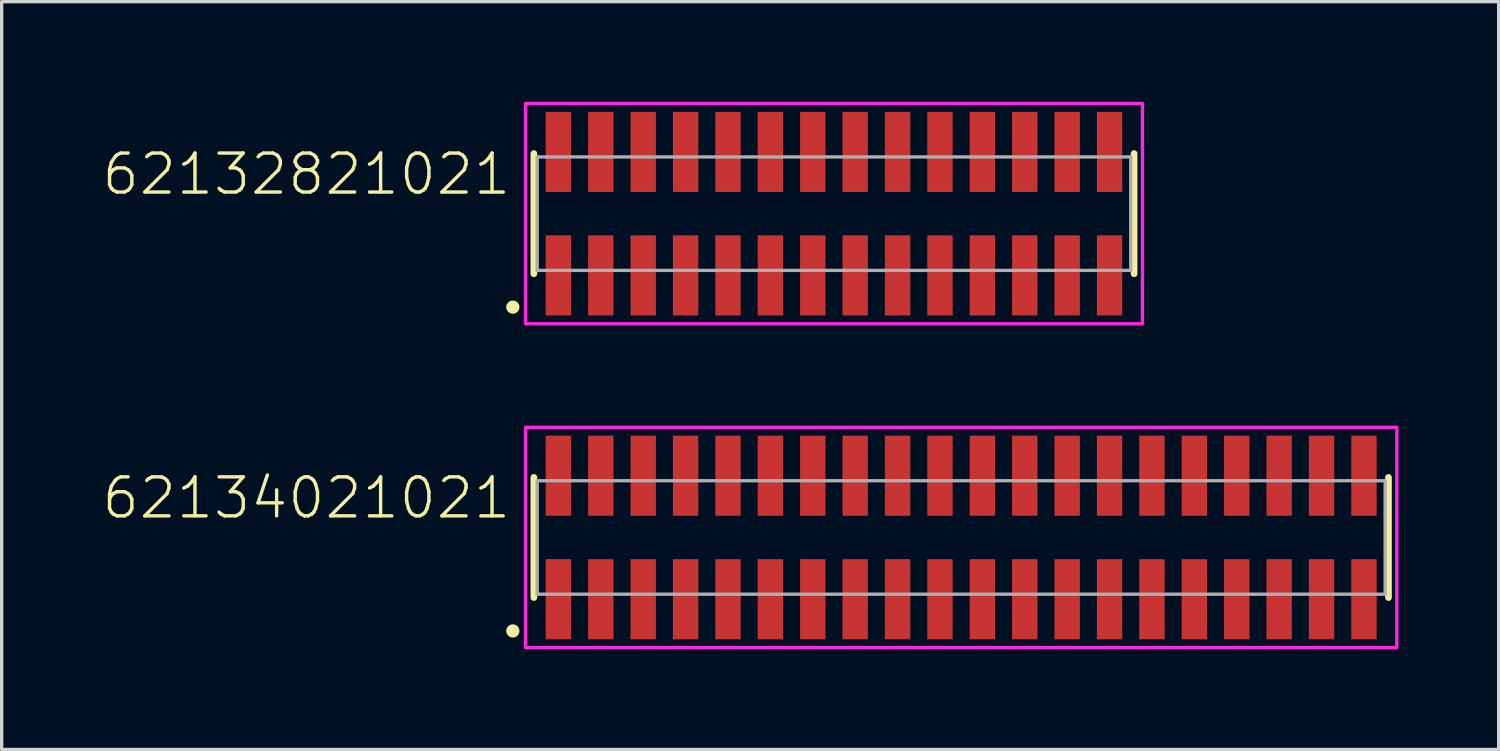
<source format=kicad_pcb>
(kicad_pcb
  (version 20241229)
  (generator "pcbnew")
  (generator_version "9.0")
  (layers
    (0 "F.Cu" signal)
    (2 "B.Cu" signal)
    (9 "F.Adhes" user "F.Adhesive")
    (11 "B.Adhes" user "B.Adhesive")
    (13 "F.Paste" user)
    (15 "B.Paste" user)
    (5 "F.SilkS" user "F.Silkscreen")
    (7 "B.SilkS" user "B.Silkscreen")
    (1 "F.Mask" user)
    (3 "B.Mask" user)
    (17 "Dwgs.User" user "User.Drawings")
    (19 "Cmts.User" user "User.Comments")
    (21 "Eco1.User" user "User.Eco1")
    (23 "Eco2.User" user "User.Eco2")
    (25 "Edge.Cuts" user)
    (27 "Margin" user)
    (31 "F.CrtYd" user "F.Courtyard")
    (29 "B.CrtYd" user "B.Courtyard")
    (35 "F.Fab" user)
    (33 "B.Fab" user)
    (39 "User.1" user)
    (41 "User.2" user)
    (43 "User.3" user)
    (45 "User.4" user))
  (footprint "62132821021"
    (layer "F.Cu")
    (at 21.932 3.35)
    (property "Reference" "62132821021" (at -9.62 -0.5 0) (unlocked yes) (layer "F.SilkS") (effects (font (size 1.168 1.168) (thickness 0.102)) (justify right bottom)))
    (fp_line (start -8.99 -1.8) (end -8.99 1.8) (stroke (width 0.2) (type solid)) (layer "F.SilkS"))
    (fp_line (start 8.99 1.8) (end 8.99 -1.8) (stroke (width 0.2) (type solid)) (layer "F.SilkS"))
    (fp_circle (center -9.62 2.8) (end -9.52 2.8) (stroke (width 0.2) (type solid)) (fill no) (layer "F.SilkS"))
    (fp_poly (pts (xy 9.24 3.3) (xy -9.24 3.3) (xy -9.24 -3.3) (xy 9.24 -3.3)) (stroke (width 0.1) (type default)) (fill no) (layer "F.CrtYd"))
    (fp_line (start -8.89 -1.7) (end -8.89 1.7) (stroke (width 0.1) (type solid)) (layer "F.Fab"))
    (fp_line (start -8.89 1.7) (end 8.89 1.7) (stroke (width 0.1) (type solid)) (layer "F.Fab"))
    (fp_line (start 8.89 -1.7) (end -8.89 -1.7) (stroke (width 0.1) (type solid)) (layer "F.Fab"))
    (fp_line (start 8.89 1.7) (end 8.89 -1.7) (stroke (width 0.1) (type solid)) (layer "F.Fab"))
    (pad "1" smd rect (at -8.255 1.85) (size 0.76 2.4) (layers "F.Cu" "F.Mask" "F.Paste"))
    (pad "2" smd rect (at -8.255 -1.85) (size 0.76 2.4) (layers "F.Cu" "F.Mask" "F.Paste"))
    (pad "3" smd rect (at -6.985 1.85) (size 0.76 2.4) (layers "F.Cu" "F.Mask" "F.Paste"))
    (pad "4" smd rect (at -6.985 -1.85) (size 0.76 2.4) (layers "F.Cu" "F.Mask" "F.Paste"))
    (pad "5" smd rect (at -5.715 1.85) (size 0.76 2.4) (layers "F.Cu" "F.Mask" "F.Paste"))
    (pad "6" smd rect (at -5.715 -1.85) (size 0.76 2.4) (layers "F.Cu" "F.Mask" "F.Paste"))
    (pad "7" smd rect (at -4.445 1.85) (size 0.76 2.4) (layers "F.Cu" "F.Mask" "F.Paste"))
    (pad "8" smd rect (at -4.445 -1.85) (size 0.76 2.4) (layers "F.Cu" "F.Mask" "F.Paste"))
    (pad "9" smd rect (at -3.175 1.85) (size 0.76 2.4) (layers "F.Cu" "F.Mask" "F.Paste"))
    (pad "10" smd rect (at -3.175 -1.85) (size 0.76 2.4) (layers "F.Cu" "F.Mask" "F.Paste"))
    (pad "11" smd rect (at -1.905 1.85) (size 0.76 2.4) (layers "F.Cu" "F.Mask" "F.Paste"))
    (pad "12" smd rect (at -1.905 -1.85) (size 0.76 2.4) (layers "F.Cu" "F.Mask" "F.Paste"))
    (pad "13" smd rect (at -0.635 1.85) (size 0.76 2.4) (layers "F.Cu" "F.Mask" "F.Paste"))
    (pad "14" smd rect (at -0.635 -1.85) (size 0.76 2.4) (layers "F.Cu" "F.Mask" "F.Paste"))
    (pad "15" smd rect (at 0.635 1.85) (size 0.76 2.4) (layers "F.Cu" "F.Mask" "F.Paste"))
    (pad "16" smd rect (at 0.635 -1.85) (size 0.76 2.4) (layers "F.Cu" "F.Mask" "F.Paste"))
    (pad "17" smd rect (at 1.905 1.85) (size 0.76 2.4) (layers "F.Cu" "F.Mask" "F.Paste"))
    (pad "18" smd rect (at 1.905 -1.85) (size 0.76 2.4) (layers "F.Cu" "F.Mask" "F.Paste"))
    (pad "19" smd rect (at 3.175 1.85) (size 0.76 2.4) (layers "F.Cu" "F.Mask" "F.Paste"))
    (pad "20" smd rect (at 3.175 -1.85) (size 0.76 2.4) (layers "F.Cu" "F.Mask" "F.Paste"))
    (pad "21" smd rect (at 4.445 1.85) (size 0.76 2.4) (layers "F.Cu" "F.Mask" "F.Paste"))
    (pad "22" smd rect (at 4.445 -1.85) (size 0.76 2.4) (layers "F.Cu" "F.Mask" "F.Paste"))
    (pad "23" smd rect (at 5.715 1.85) (size 0.76 2.4) (layers "F.Cu" "F.Mask" "F.Paste"))
    (pad "24" smd rect (at 5.715 -1.85) (size 0.76 2.4) (layers "F.Cu" "F.Mask" "F.Paste"))
    (pad "25" smd rect (at 6.985 1.85) (size 0.76 2.4) (layers "F.Cu" "F.Mask" "F.Paste"))
    (pad "26" smd rect (at 6.985 -1.85) (size 0.76 2.4) (layers "F.Cu" "F.Mask" "F.Paste"))
    (pad "27" smd rect (at 8.255 1.85) (size 0.76 2.4) (layers "F.Cu" "F.Mask" "F.Paste"))
    (pad "28" smd rect (at 8.255 -1.85) (size 0.76 2.4) (layers "F.Cu" "F.Mask" "F.Paste")))
  (footprint "62134021021"
    (layer "F.Cu")
    (at 25.742 13.05)
    (property "Reference" "62134021021" (at -13.43 -0.5 0) (unlocked yes) (layer "F.SilkS") (effects (font (size 1.168 1.168) (thickness 0.102)) (justify right bottom)))
    (fp_line (start -12.8 -1.8) (end -12.8 1.8) (stroke (width 0.2) (type solid)) (layer "F.SilkS"))
    (fp_line (start 12.8 1.8) (end 12.8 -1.8) (stroke (width 0.2) (type solid)) (layer "F.SilkS"))
    (fp_circle (center -13.43 2.8) (end -13.33 2.8) (stroke (width 0.2) (type solid)) (fill no) (layer "F.SilkS"))
    (fp_poly (pts (xy 13.05 3.3) (xy -13.05 3.3) (xy -13.05 -3.3) (xy 13.05 -3.3)) (stroke (width 0.1) (type default)) (fill no) (layer "F.CrtYd"))
    (fp_line (start -12.7 -1.7) (end -12.7 1.7) (stroke (width 0.1) (type solid)) (layer "F.Fab"))
    (fp_line (start -12.7 1.7) (end 12.7 1.7) (stroke (width 0.1) (type solid)) (layer "F.Fab"))
    (fp_line (start 12.7 -1.7) (end -12.7 -1.7) (stroke (width 0.1) (type solid)) (layer "F.Fab"))
    (fp_line (start 12.7 1.7) (end 12.7 -1.7) (stroke (width 0.1) (type solid)) (layer "F.Fab"))
    (pad "1" smd rect (at -12.065 1.85) (size 0.76 2.4) (layers "F.Cu" "F.Mask" "F.Paste"))
    (pad "2" smd rect (at -12.065 -1.85) (size 0.76 2.4) (layers "F.Cu" "F.Mask" "F.Paste"))
    (pad "3" smd rect (at -10.795 1.85) (size 0.76 2.4) (layers "F.Cu" "F.Mask" "F.Paste"))
    (pad "4" smd rect (at -10.795 -1.85) (size 0.76 2.4) (layers "F.Cu" "F.Mask" "F.Paste"))
    (pad "5" smd rect (at -9.525 1.85) (size 0.76 2.4) (layers "F.Cu" "F.Mask" "F.Paste"))
    (pad "6" smd rect (at -9.525 -1.85) (size 0.76 2.4) (layers "F.Cu" "F.Mask" "F.Paste"))
    (pad "7" smd rect (at -8.255 1.85) (size 0.76 2.4) (layers "F.Cu" "F.Mask" "F.Paste"))
    (pad "8" smd rect (at -8.255 -1.85) (size 0.76 2.4) (layers "F.Cu" "F.Mask" "F.Paste"))
    (pad "9" smd rect (at -6.985 1.85) (size 0.76 2.4) (layers "F.Cu" "F.Mask" "F.Paste"))
    (pad "10" smd rect (at -6.985 -1.85) (size 0.76 2.4) (layers "F.Cu" "F.Mask" "F.Paste"))
    (pad "11" smd rect (at -5.715 1.85) (size 0.76 2.4) (layers "F.Cu" "F.Mask" "F.Paste"))
    (pad "12" smd rect (at -5.715 -1.85) (size 0.76 2.4) (layers "F.Cu" "F.Mask" "F.Paste"))
    (pad "13" smd rect (at -4.445 1.85) (size 0.76 2.4) (layers "F.Cu" "F.Mask" "F.Paste"))
    (pad "14" smd rect (at -4.445 -1.85) (size 0.76 2.4) (layers "F.Cu" "F.Mask" "F.Paste"))
    (pad "15" smd rect (at -3.175 1.85) (size 0.76 2.4) (layers "F.Cu" "F.Mask" "F.Paste"))
    (pad "16" smd rect (at -3.175 -1.85) (size 0.76 2.4) (layers "F.Cu" "F.Mask" "F.Paste"))
    (pad "17" smd rect (at -1.905 1.85) (size 0.76 2.4) (layers "F.Cu" "F.Mask" "F.Paste"))
    (pad "18" smd rect (at -1.905 -1.85) (size 0.76 2.4) (layers "F.Cu" "F.Mask" "F.Paste"))
    (pad "19" smd rect (at -0.635 1.85) (size 0.76 2.4) (layers "F.Cu" "F.Mask" "F.Paste"))
    (pad "20" smd rect (at -0.635 -1.85) (size 0.76 2.4) (layers "F.Cu" "F.Mask" "F.Paste"))
    (pad "21" smd rect (at 0.635 1.85) (size 0.76 2.4) (layers "F.Cu" "F.Mask" "F.Paste"))
    (pad "22" smd rect (at 0.635 -1.85) (size 0.76 2.4) (layers "F.Cu" "F.Mask" "F.Paste"))
    (pad "23" smd rect (at 1.905 1.85) (size 0.76 2.4) (layers "F.Cu" "F.Mask" "F.Paste"))
    (pad "24" smd rect (at 1.905 -1.85) (size 0.76 2.4) (layers "F.Cu" "F.Mask" "F.Paste"))
    (pad "25" smd rect (at 3.175 1.85) (size 0.76 2.4) (layers "F.Cu" "F.Mask" "F.Paste"))
    (pad "26" smd rect (at 3.175 -1.85) (size 0.76 2.4) (layers "F.Cu" "F.Mask" "F.Paste"))
    (pad "27" smd rect (at 4.445 1.85) (size 0.76 2.4) (layers "F.Cu" "F.Mask" "F.Paste"))
    (pad "28" smd rect (at 4.445 -1.85) (size 0.76 2.4) (layers "F.Cu" "F.Mask" "F.Paste"))
    (pad "29" smd rect (at 5.715 1.85) (size 0.76 2.4) (layers "F.Cu" "F.Mask" "F.Paste"))
    (pad "30" smd rect (at 5.715 -1.85) (size 0.76 2.4) (layers "F.Cu" "F.Mask" "F.Paste"))
    (pad "31" smd rect (at 6.985 1.85) (size 0.76 2.4) (layers "F.Cu" "F.Mask" "F.Paste"))
    (pad "32" smd rect (at 6.985 -1.85) (size 0.76 2.4) (layers "F.Cu" "F.Mask" "F.Paste"))
    (pad "33" smd rect (at 8.255 1.85) (size 0.76 2.4) (layers "F.Cu" "F.Mask" "F.Paste"))
    (pad "34" smd rect (at 8.255 -1.85) (size 0.76 2.4) (layers "F.Cu" "F.Mask" "F.Paste"))
    (pad "35" smd rect (at 9.525 1.85) (size 0.76 2.4) (layers "F.Cu" "F.Mask" "F.Paste"))
    (pad "36" smd rect (at 9.525 -1.85) (size 0.76 2.4) (layers "F.Cu" "F.Mask" "F.Paste"))
    (pad "37" smd rect (at 10.795 1.85) (size 0.76 2.4) (layers "F.Cu" "F.Mask" "F.Paste"))
    (pad "38" smd rect (at 10.795 -1.85) (size 0.76 2.4) (layers "F.Cu" "F.Mask" "F.Paste"))
    (pad "39" smd rect (at 12.065 1.85) (size 0.76 2.4) (layers "F.Cu" "F.Mask" "F.Paste"))
    (pad "40" smd rect (at 12.065 -1.85) (size 0.76 2.4) (layers "F.Cu" "F.Mask" "F.Paste")))
  (gr_rect
    (start -3 -3)
    (end 41.842 19.4)
    (stroke (width 0.1) (type default))
    (fill no)
    (layer "Edge.Cuts")))
</source>
